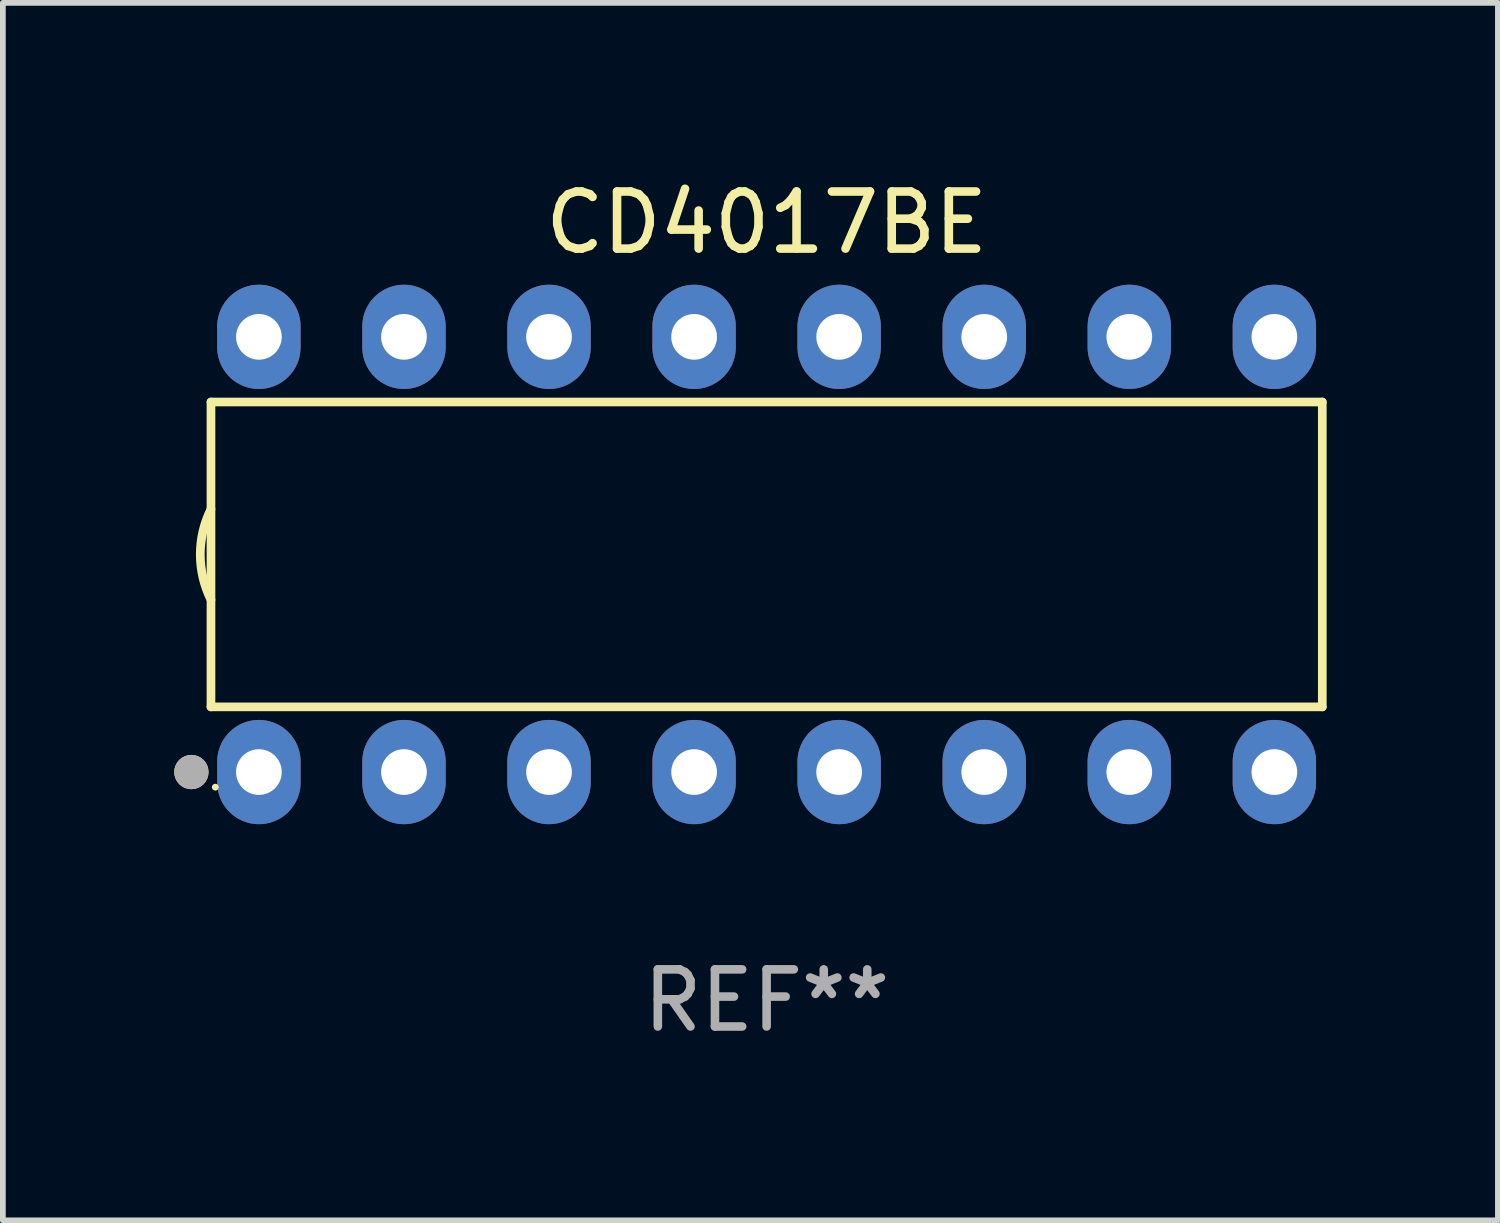
<source format=kicad_pcb>
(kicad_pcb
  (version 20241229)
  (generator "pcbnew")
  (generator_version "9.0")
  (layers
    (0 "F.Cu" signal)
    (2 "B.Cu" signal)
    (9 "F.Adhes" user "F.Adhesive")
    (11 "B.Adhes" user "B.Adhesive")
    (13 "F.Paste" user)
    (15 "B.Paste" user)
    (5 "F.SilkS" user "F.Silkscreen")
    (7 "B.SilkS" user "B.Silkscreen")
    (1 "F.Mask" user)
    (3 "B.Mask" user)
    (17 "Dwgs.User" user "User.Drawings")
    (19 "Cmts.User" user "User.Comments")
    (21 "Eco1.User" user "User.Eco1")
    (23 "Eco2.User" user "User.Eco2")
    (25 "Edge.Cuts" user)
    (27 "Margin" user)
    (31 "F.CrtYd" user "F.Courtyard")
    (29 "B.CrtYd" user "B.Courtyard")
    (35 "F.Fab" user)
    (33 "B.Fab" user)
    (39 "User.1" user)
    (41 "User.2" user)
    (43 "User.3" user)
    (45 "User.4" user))
  (footprint "CD4017BE"
    (layer "F.Cu")
    (at 10.373 6.658)
    (property "Reference" "CD4017BE" (at 0 -5.81 0) (layer "F.SilkS") (effects (font (size 1 1) (thickness 0.15))))
    (attr through_hole)
    (fp_line (start -9.729 -2.669) (end 9.729 -2.669) (stroke (width 0.152) (type solid)) (layer "F.SilkS"))
    (fp_line (start -9.729 2.669) (end -9.729 -2.669) (stroke (width 0.152) (type solid)) (layer "F.SilkS"))
    (fp_line (start 9.729 -2.669) (end 9.729 2.669) (stroke (width 0.152) (type solid)) (layer "F.SilkS"))
    (fp_line (start 9.729 2.669) (end -9.729 2.669) (stroke (width 0.152) (type solid)) (layer "F.SilkS"))
    (fp_arc (start -9.728727 0.793751) (mid -9.916106 0) (end -9.728727 -0.793752) (stroke (width 0.1524) (type solid)) (layer "F.SilkS"))
    (fp_circle (center -10.072 3.81) (end -9.922 3.81) (stroke (width 0.3) (type solid)) (fill no) (layer "F.SilkS"))
    (fp_circle (center -9.653 4.075) (end -9.623 4.075) (stroke (width 0.06) (type solid)) (fill no) (layer "F.SilkS"))
    (fp_circle (center -10.072 3.81) (end -9.922 3.81) (stroke (width 0.3) (type solid)) (fill no) (layer "F.Fab"))
    (fp_text user "REF**" (at 0 7.81 0) (layer "F.Fab") (effects (font (size 1 1) (thickness 0.15))))
    (pad "1" thru_hole oval (at -8.89 3.81) (size 1.46 1.825) (drill 0.8) (layers "*.Cu" "*.Mask"))
    (pad "2" thru_hole oval (at -6.35 3.81) (size 1.46 1.825) (drill 0.8) (layers "*.Cu" "*.Mask"))
    (pad "3" thru_hole oval (at -3.81 3.81) (size 1.46 1.825) (drill 0.8) (layers "*.Cu" "*.Mask"))
    (pad "4" thru_hole oval (at -1.27 3.81) (size 1.46 1.825) (drill 0.8) (layers "*.Cu" "*.Mask"))
    (pad "5" thru_hole oval (at 1.27 3.81) (size 1.46 1.825) (drill 0.8) (layers "*.Cu" "*.Mask"))
    (pad "6" thru_hole oval (at 3.81 3.81) (size 1.46 1.825) (drill 0.8) (layers "*.Cu" "*.Mask"))
    (pad "7" thru_hole oval (at 6.35 3.81) (size 1.46 1.825) (drill 0.8) (layers "*.Cu" "*.Mask"))
    (pad "8" thru_hole oval (at 8.89 3.81) (size 1.46 1.825) (drill 0.8) (layers "*.Cu" "*.Mask"))
    (pad "9" thru_hole oval (at 8.89 -3.81) (size 1.46 1.825) (drill 0.8) (layers "*.Cu" "*.Mask"))
    (pad "10" thru_hole oval (at 6.35 -3.81) (size 1.46 1.825) (drill 0.8) (layers "*.Cu" "*.Mask"))
    (pad "11" thru_hole oval (at 3.81 -3.81) (size 1.46 1.825) (drill 0.8) (layers "*.Cu" "*.Mask"))
    (pad "12" thru_hole oval (at 1.27 -3.81) (size 1.46 1.825) (drill 0.8) (layers "*.Cu" "*.Mask"))
    (pad "13" thru_hole oval (at -1.27 -3.81) (size 1.46 1.825) (drill 0.8) (layers "*.Cu" "*.Mask"))
    (pad "14" thru_hole oval (at -3.81 -3.81) (size 1.46 1.825) (drill 0.8) (layers "*.Cu" "*.Mask"))
    (pad "15" thru_hole oval (at -6.35 -3.81) (size 1.46 1.825) (drill 0.8) (layers "*.Cu" "*.Mask"))
    (pad "16" thru_hole oval (at -8.89 -3.81) (size 1.46 1.825) (drill 0.8) (layers "*.Cu" "*.Mask")))
  (gr_rect
    (start -3 -3)
    (end 23.177 18.317)
    (stroke (width 0.1) (type default))
    (fill no)
    (layer "Edge.Cuts")))
</source>
